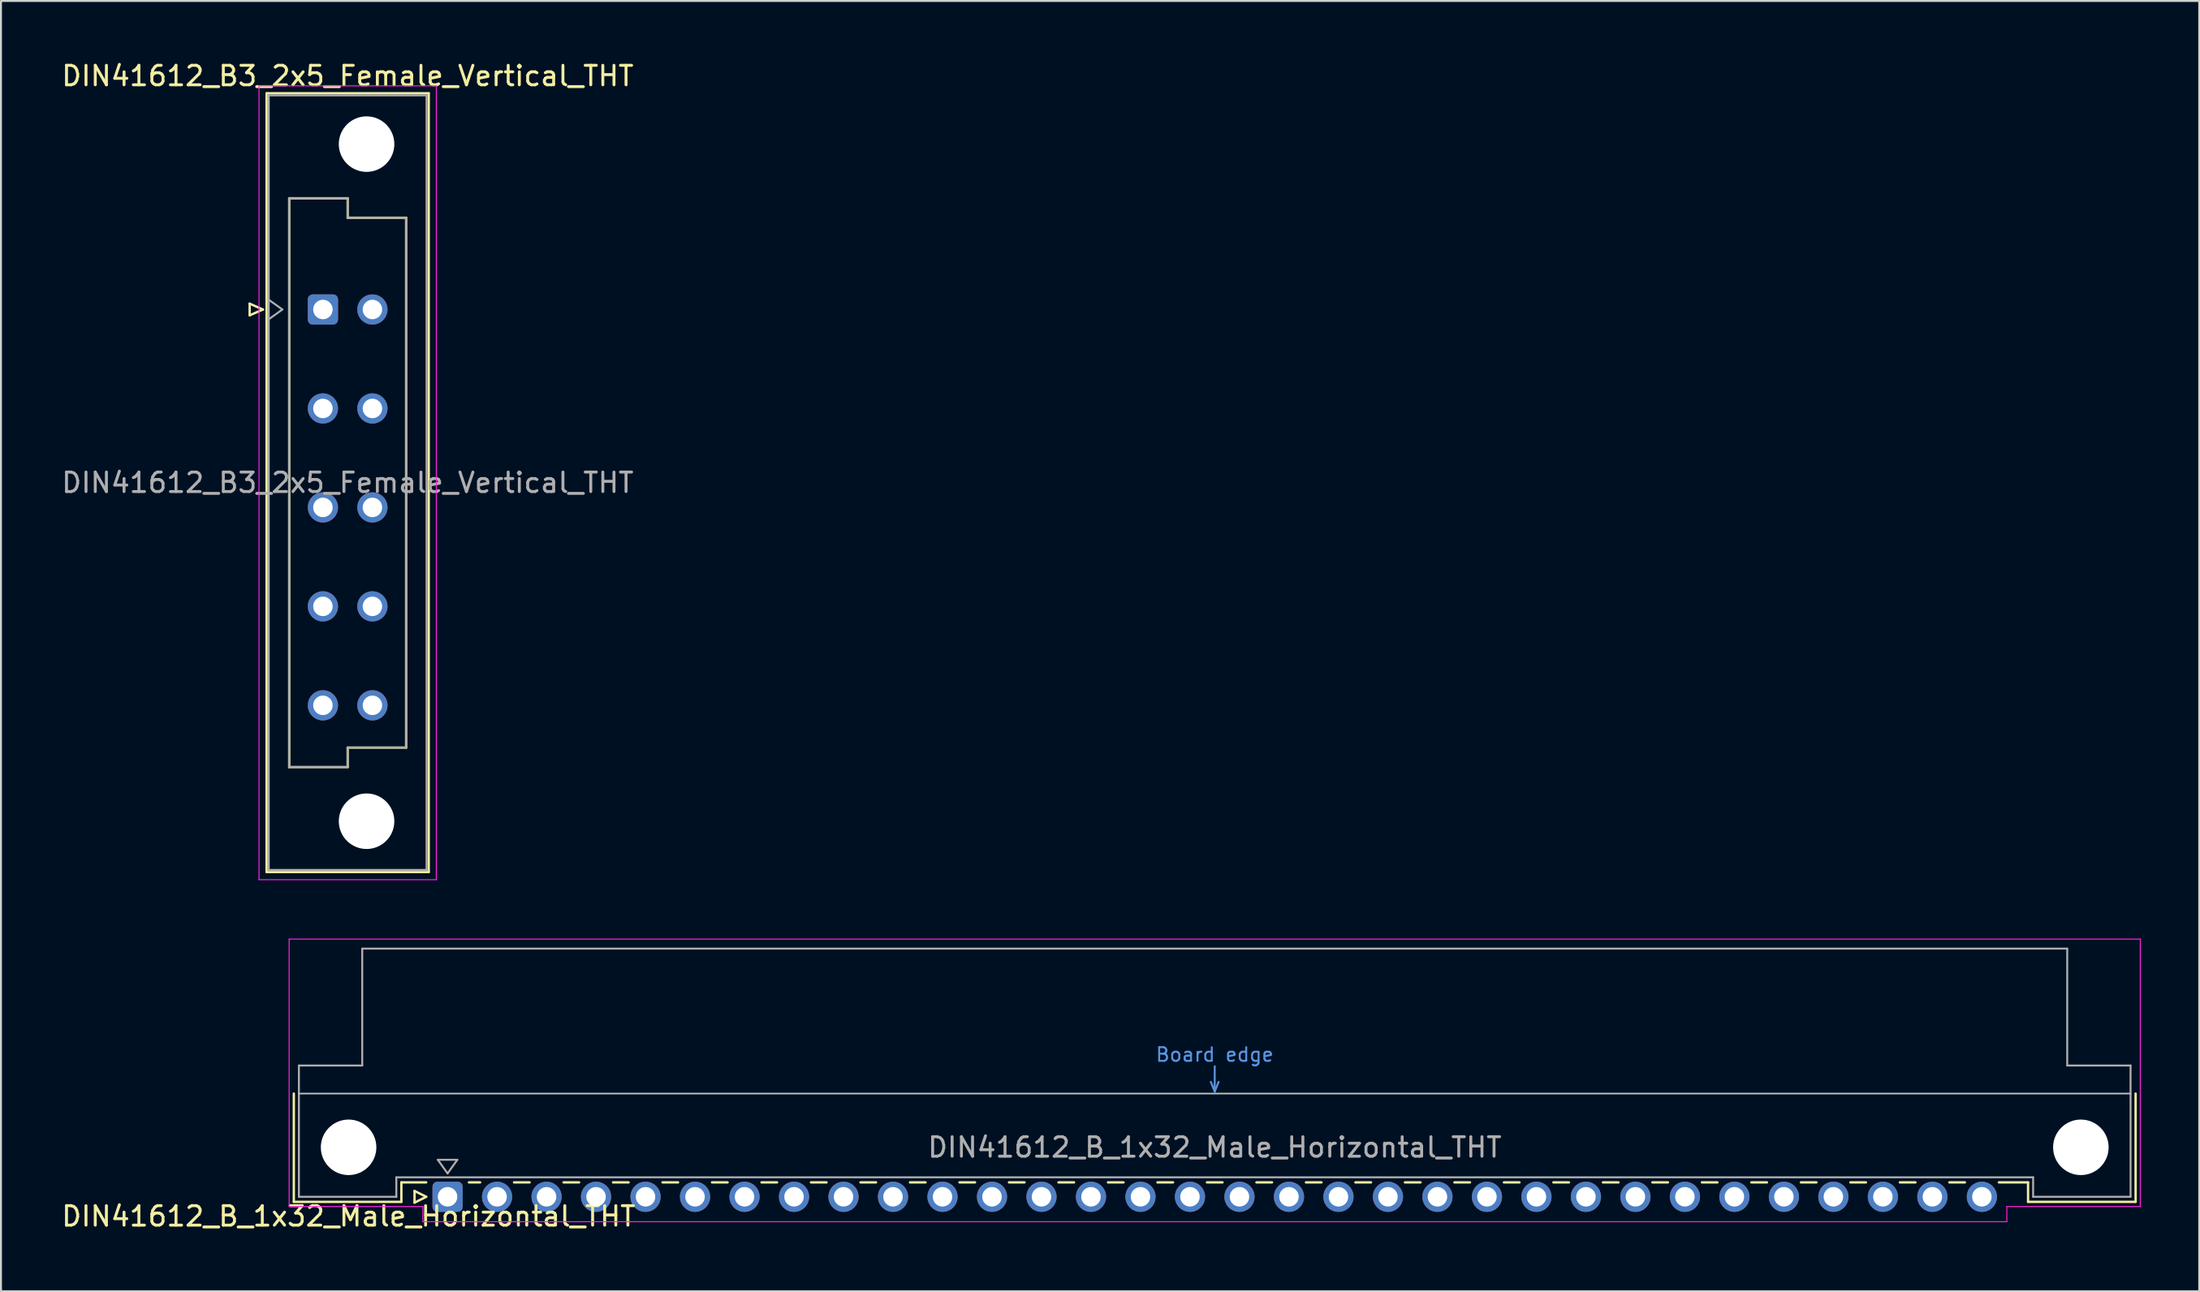
<source format=kicad_pcb>
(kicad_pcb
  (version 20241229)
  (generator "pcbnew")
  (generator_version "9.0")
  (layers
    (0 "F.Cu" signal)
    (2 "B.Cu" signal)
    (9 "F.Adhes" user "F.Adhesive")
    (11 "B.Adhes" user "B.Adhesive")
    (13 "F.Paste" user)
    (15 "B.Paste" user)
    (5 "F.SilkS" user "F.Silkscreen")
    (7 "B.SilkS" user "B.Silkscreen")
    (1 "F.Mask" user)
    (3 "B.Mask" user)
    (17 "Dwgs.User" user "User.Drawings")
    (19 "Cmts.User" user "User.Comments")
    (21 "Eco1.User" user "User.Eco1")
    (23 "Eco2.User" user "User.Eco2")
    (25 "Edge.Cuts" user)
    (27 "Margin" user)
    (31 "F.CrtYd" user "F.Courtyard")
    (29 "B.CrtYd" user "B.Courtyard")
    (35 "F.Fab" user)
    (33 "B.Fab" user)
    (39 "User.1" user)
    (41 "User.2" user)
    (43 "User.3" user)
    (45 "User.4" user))
  (footprint "DIN41612_B_1x32_Male_Horizontal_THT"
    (layer "F.Cu")
    (at 19.919 58.388)
    (property "Reference" "DIN41612_B_1x32_Male_Horizontal_THT" (at -5.08 1 0) (layer "F.SilkS") (effects (font (size 1 1) (thickness 0.15))))
    (attr through_hole)
    (fp_line (start -7.89 -5.3) (end -7.89 0.26) (stroke (width 0.12) (type solid)) (layer "F.SilkS"))
    (fp_line (start -7.89 0.26) (end -2.37 0.26) (stroke (width 0.12) (type solid)) (layer "F.SilkS"))
    (fp_line (start -2.371 -0.74) (end -1.095 -0.74) (stroke (width 0.12) (type solid)) (layer "F.SilkS"))
    (fp_line (start -2.37 0.26) (end -2.37 -0.74) (stroke (width 0.12) (type solid)) (layer "F.SilkS"))
    (fp_line (start -1.695 -0.3) (end -1.695 0.3) (stroke (width 0.12) (type solid)) (layer "F.SilkS"))
    (fp_line (start -1.695 0.3) (end -1.095 0) (stroke (width 0.12) (type solid)) (layer "F.SilkS"))
    (fp_line (start -1.095 0) (end -1.695 -0.3) (stroke (width 0.12) (type solid)) (layer "F.SilkS"))
    (fp_line (start 1.095 -0.74) (end 1.671 -0.74) (stroke (width 0.12) (type solid)) (layer "F.SilkS"))
    (fp_line (start 3.41 -0.74) (end 4.211 -0.74) (stroke (width 0.12) (type solid)) (layer "F.SilkS"))
    (fp_line (start 5.95 -0.74) (end 6.751 -0.74) (stroke (width 0.12) (type solid)) (layer "F.SilkS"))
    (fp_line (start 8.49 -0.74) (end 9.291 -0.74) (stroke (width 0.12) (type solid)) (layer "F.SilkS"))
    (fp_line (start 11.03 -0.74) (end 11.831 -0.74) (stroke (width 0.12) (type solid)) (layer "F.SilkS"))
    (fp_line (start 13.57 -0.74) (end 14.371 -0.74) (stroke (width 0.12) (type solid)) (layer "F.SilkS"))
    (fp_line (start 16.11 -0.74) (end 16.911 -0.74) (stroke (width 0.12) (type solid)) (layer "F.SilkS"))
    (fp_line (start 18.65 -0.74) (end 19.451 -0.74) (stroke (width 0.12) (type solid)) (layer "F.SilkS"))
    (fp_line (start 21.19 -0.74) (end 21.991 -0.74) (stroke (width 0.12) (type solid)) (layer "F.SilkS"))
    (fp_line (start 23.73 -0.74) (end 24.531 -0.74) (stroke (width 0.12) (type solid)) (layer "F.SilkS"))
    (fp_line (start 26.27 -0.74) (end 27.071 -0.74) (stroke (width 0.12) (type solid)) (layer "F.SilkS"))
    (fp_line (start 28.81 -0.74) (end 29.611 -0.74) (stroke (width 0.12) (type solid)) (layer "F.SilkS"))
    (fp_line (start 31.35 -0.74) (end 32.151 -0.74) (stroke (width 0.12) (type solid)) (layer "F.SilkS"))
    (fp_line (start 33.89 -0.74) (end 34.691 -0.74) (stroke (width 0.12) (type solid)) (layer "F.SilkS"))
    (fp_line (start 36.43 -0.74) (end 37.231 -0.74) (stroke (width 0.12) (type solid)) (layer "F.SilkS"))
    (fp_line (start 38.97 -0.74) (end 39.771 -0.74) (stroke (width 0.12) (type solid)) (layer "F.SilkS"))
    (fp_line (start 41.51 -0.74) (end 42.311 -0.74) (stroke (width 0.12) (type solid)) (layer "F.SilkS"))
    (fp_line (start 44.05 -0.74) (end 44.851 -0.74) (stroke (width 0.12) (type solid)) (layer "F.SilkS"))
    (fp_line (start 46.59 -0.74) (end 47.391 -0.74) (stroke (width 0.12) (type solid)) (layer "F.SilkS"))
    (fp_line (start 49.13 -0.74) (end 49.931 -0.74) (stroke (width 0.12) (type solid)) (layer "F.SilkS"))
    (fp_line (start 51.67 -0.74) (end 52.471 -0.74) (stroke (width 0.12) (type solid)) (layer "F.SilkS"))
    (fp_line (start 54.21 -0.74) (end 55.011 -0.74) (stroke (width 0.12) (type solid)) (layer "F.SilkS"))
    (fp_line (start 56.75 -0.74) (end 57.551 -0.74) (stroke (width 0.12) (type solid)) (layer "F.SilkS"))
    (fp_line (start 59.29 -0.74) (end 60.091 -0.74) (stroke (width 0.12) (type solid)) (layer "F.SilkS"))
    (fp_line (start 61.83 -0.74) (end 62.631 -0.74) (stroke (width 0.12) (type solid)) (layer "F.SilkS"))
    (fp_line (start 64.37 -0.74) (end 65.171 -0.74) (stroke (width 0.12) (type solid)) (layer "F.SilkS"))
    (fp_line (start 66.91 -0.74) (end 67.711 -0.74) (stroke (width 0.12) (type solid)) (layer "F.SilkS"))
    (fp_line (start 69.45 -0.74) (end 70.251 -0.74) (stroke (width 0.12) (type solid)) (layer "F.SilkS"))
    (fp_line (start 71.99 -0.74) (end 72.791 -0.74) (stroke (width 0.12) (type solid)) (layer "F.SilkS"))
    (fp_line (start 74.53 -0.74) (end 75.331 -0.74) (stroke (width 0.12) (type solid)) (layer "F.SilkS"))
    (fp_line (start 77.07 -0.74) (end 77.871 -0.74) (stroke (width 0.12) (type solid)) (layer "F.SilkS"))
    (fp_line (start 79.61 -0.74) (end 81.11 -0.74) (stroke (width 0.12) (type solid)) (layer "F.SilkS"))
    (fp_line (start 81.11 0.26) (end 81.11 -0.74) (stroke (width 0.12) (type solid)) (layer "F.SilkS"))
    (fp_line (start 86.63 -5.3) (end 86.63 0.26) (stroke (width 0.12) (type solid)) (layer "F.SilkS"))
    (fp_line (start 86.63 0.26) (end 81.11 0.26) (stroke (width 0.12) (type solid)) (layer "F.SilkS"))
    (fp_line (start -7.63 -5.3) (end 86.37 -5.3) (stroke (width 0.08) (type solid)) (layer "Dwgs.User"))
    (fp_line (start 39.17 -5.9) (end 39.37 -5.4) (stroke (width 0.1) (type solid)) (layer "Cmts.User"))
    (fp_line (start 39.37 -5.4) (end 39.37 -6.7) (stroke (width 0.1) (type solid)) (layer "Cmts.User"))
    (fp_line (start 39.37 -5.4) (end 39.57 -5.9) (stroke (width 0.1) (type solid)) (layer "Cmts.User"))
    (fp_line (start -8.13 -13.23) (end -8.13 0.5) (stroke (width 0.05) (type solid)) (layer "F.CrtYd"))
    (fp_line (start -8.13 0.5) (end -1.27 0.5) (stroke (width 0.05) (type solid)) (layer "F.CrtYd"))
    (fp_line (start -1.27 0.5) (end -1.27 1.28) (stroke (width 0.05) (type solid)) (layer "F.CrtYd"))
    (fp_line (start -1.27 1.28) (end 80.02 1.28) (stroke (width 0.05) (type solid)) (layer "F.CrtYd"))
    (fp_line (start 80.02 0.5) (end 86.87 0.5) (stroke (width 0.05) (type solid)) (layer "F.CrtYd"))
    (fp_line (start 80.02 1.28) (end 80.02 0.5) (stroke (width 0.05) (type solid)) (layer "F.CrtYd"))
    (fp_line (start 86.87 -13.23) (end -8.13 -13.23) (stroke (width 0.05) (type solid)) (layer "F.CrtYd"))
    (fp_line (start 86.87 0.5) (end 86.87 -13.23) (stroke (width 0.05) (type solid)) (layer "F.CrtYd"))
    (fp_line (start -7.63 -6.74) (end -7.63 0) (stroke (width 0.1) (type solid)) (layer "F.Fab"))
    (fp_line (start -7.63 0) (end -2.63 0) (stroke (width 0.1) (type solid)) (layer "F.Fab"))
    (fp_line (start -4.38 -12.74) (end -4.38 -6.74) (stroke (width 0.1) (type solid)) (layer "F.Fab"))
    (fp_line (start -4.38 -6.74) (end -7.63 -6.74) (stroke (width 0.1) (type solid)) (layer "F.Fab"))
    (fp_line (start -2.63 -1) (end 81.37 -1) (stroke (width 0.1) (type solid)) (layer "F.Fab"))
    (fp_line (start -2.63 0) (end -2.63 -1) (stroke (width 0.1) (type solid)) (layer "F.Fab"))
    (fp_line (start -0.5 -1.9) (end 0.5 -1.9) (stroke (width 0.1) (type solid)) (layer "F.Fab"))
    (fp_line (start 0 -1.2) (end -0.5 -1.9) (stroke (width 0.1) (type solid)) (layer "F.Fab"))
    (fp_line (start 0.5 -1.9) (end 0 -1.2) (stroke (width 0.1) (type solid)) (layer "F.Fab"))
    (fp_line (start 81.37 -1) (end 81.37 0) (stroke (width 0.1) (type solid)) (layer "F.Fab"))
    (fp_line (start 81.37 0) (end 86.37 0) (stroke (width 0.1) (type solid)) (layer "F.Fab"))
    (fp_line (start 83.12 -12.74) (end -4.38 -12.74) (stroke (width 0.1) (type solid)) (layer "F.Fab"))
    (fp_line (start 83.12 -6.74) (end 83.12 -12.74) (stroke (width 0.1) (type solid)) (layer "F.Fab"))
    (fp_line (start 86.37 -6.74) (end 83.12 -6.74) (stroke (width 0.1) (type solid)) (layer "F.Fab"))
    (fp_line (start 86.37 0) (end 86.37 -6.74) (stroke (width 0.1) (type solid)) (layer "F.Fab"))
    (fp_text user "Board edge" (at 39.37 -7.3 0) (layer "Cmts.User") (effects (font (size 0.7 0.7) (thickness 0.1))))
    (fp_text user "${REFERENCE}" (at 39.37 -2.54 0) (layer "F.Fab") (effects (font (size 1 1) (thickness 0.15))))
    (pad "" np_thru_hole circle (at -5.08 -2.54) (size 2.85 2.85) (drill 2.85) (layers "*.Cu" "*.Mask"))
    (pad "" np_thru_hole circle (at 83.82 -2.54) (size 2.85 2.85) (drill 2.85) (layers "*.Cu" "*.Mask"))
    (pad "a1" thru_hole roundrect (at 0 0) (size 1.55 1.55) (drill 1) (layers "*.Cu" "*.Mask") (roundrect_rratio 0.161))
    (pad "a2" thru_hole circle (at 2.54 0) (size 1.55 1.55) (drill 1) (layers "*.Cu" "*.Mask"))
    (pad "a3" thru_hole circle (at 5.08 0) (size 1.55 1.55) (drill 1) (layers "*.Cu" "*.Mask"))
    (pad "a4" thru_hole circle (at 7.62 0) (size 1.55 1.55) (drill 1) (layers "*.Cu" "*.Mask"))
    (pad "a5" thru_hole circle (at 10.16 0) (size 1.55 1.55) (drill 1) (layers "*.Cu" "*.Mask"))
    (pad "a6" thru_hole circle (at 12.7 0) (size 1.55 1.55) (drill 1) (layers "*.Cu" "*.Mask"))
    (pad "a7" thru_hole circle (at 15.24 0) (size 1.55 1.55) (drill 1) (layers "*.Cu" "*.Mask"))
    (pad "a8" thru_hole circle (at 17.78 0) (size 1.55 1.55) (drill 1) (layers "*.Cu" "*.Mask"))
    (pad "a9" thru_hole circle (at 20.32 0) (size 1.55 1.55) (drill 1) (layers "*.Cu" "*.Mask"))
    (pad "a10" thru_hole circle (at 22.86 0) (size 1.55 1.55) (drill 1) (layers "*.Cu" "*.Mask"))
    (pad "a11" thru_hole circle (at 25.4 0) (size 1.55 1.55) (drill 1) (layers "*.Cu" "*.Mask"))
    (pad "a12" thru_hole circle (at 27.94 0) (size 1.55 1.55) (drill 1) (layers "*.Cu" "*.Mask"))
    (pad "a13" thru_hole circle (at 30.48 0) (size 1.55 1.55) (drill 1) (layers "*.Cu" "*.Mask"))
    (pad "a14" thru_hole circle (at 33.02 0) (size 1.55 1.55) (drill 1) (layers "*.Cu" "*.Mask"))
    (pad "a15" thru_hole circle (at 35.56 0) (size 1.55 1.55) (drill 1) (layers "*.Cu" "*.Mask"))
    (pad "a16" thru_hole circle (at 38.1 0) (size 1.55 1.55) (drill 1) (layers "*.Cu" "*.Mask"))
    (pad "a17" thru_hole circle (at 40.64 0) (size 1.55 1.55) (drill 1) (layers "*.Cu" "*.Mask"))
    (pad "a18" thru_hole circle (at 43.18 0) (size 1.55 1.55) (drill 1) (layers "*.Cu" "*.Mask"))
    (pad "a19" thru_hole circle (at 45.72 0) (size 1.55 1.55) (drill 1) (layers "*.Cu" "*.Mask"))
    (pad "a20" thru_hole circle (at 48.26 0) (size 1.55 1.55) (drill 1) (layers "*.Cu" "*.Mask"))
    (pad "a21" thru_hole circle (at 50.8 0) (size 1.55 1.55) (drill 1) (layers "*.Cu" "*.Mask"))
    (pad "a22" thru_hole circle (at 53.34 0) (size 1.55 1.55) (drill 1) (layers "*.Cu" "*.Mask"))
    (pad "a23" thru_hole circle (at 55.88 0) (size 1.55 1.55) (drill 1) (layers "*.Cu" "*.Mask"))
    (pad "a24" thru_hole circle (at 58.42 0) (size 1.55 1.55) (drill 1) (layers "*.Cu" "*.Mask"))
    (pad "a25" thru_hole circle (at 60.96 0) (size 1.55 1.55) (drill 1) (layers "*.Cu" "*.Mask"))
    (pad "a26" thru_hole circle (at 63.5 0) (size 1.55 1.55) (drill 1) (layers "*.Cu" "*.Mask"))
    (pad "a27" thru_hole circle (at 66.04 0) (size 1.55 1.55) (drill 1) (layers "*.Cu" "*.Mask"))
    (pad "a28" thru_hole circle (at 68.58 0) (size 1.55 1.55) (drill 1) (layers "*.Cu" "*.Mask"))
    (pad "a29" thru_hole circle (at 71.12 0) (size 1.55 1.55) (drill 1) (layers "*.Cu" "*.Mask"))
    (pad "a30" thru_hole circle (at 73.66 0) (size 1.55 1.55) (drill 1) (layers "*.Cu" "*.Mask"))
    (pad "a31" thru_hole circle (at 76.2 0) (size 1.55 1.55) (drill 1) (layers "*.Cu" "*.Mask"))
    (pad "a32" thru_hole circle (at 78.74 0) (size 1.55 1.55) (drill 1) (layers "*.Cu" "*.Mask")))
  (footprint "DIN41612_B3_2x5_Female_Vertical_THT"
    (layer "F.Cu")
    (at 13.522 10.298)
    (property "Reference" "DIN41612_B3_2x5_Female_Vertical_THT" (at 1.27 -9.45 0) (layer "F.SilkS") (effects (font (size 1 1) (thickness 0.15))))
    (attr through_hole)
    (fp_line (start -3.76 2.24) (end -3.76 2.84) (stroke (width 0.12) (type solid)) (layer "F.SilkS"))
    (fp_line (start -3.76 2.84) (end -3.08 2.54) (stroke (width 0.12) (type solid)) (layer "F.SilkS"))
    (fp_line (start -3.08 2.54) (end -3.76 2.24) (stroke (width 0.12) (type solid)) (layer "F.SilkS"))
    (fp_line (start -2.89 -8.56) (end 5.43 -8.56) (stroke (width 0.12) (type solid)) (layer "F.SilkS"))
    (fp_line (start -2.89 31.42) (end -2.89 -8.56) (stroke (width 0.12) (type solid)) (layer "F.SilkS"))
    (fp_line (start -1.73 -3.17) (end 1.27 -3.17) (stroke (width 0.12) (type solid)) (layer "F.SilkS"))
    (fp_line (start -1.73 26.03) (end -1.73 -3.17) (stroke (width 0.12) (type solid)) (layer "F.SilkS"))
    (fp_line (start 1.27 -3.17) (end 1.27 -2.17) (stroke (width 0.12) (type solid)) (layer "F.SilkS"))
    (fp_line (start 1.27 -2.17) (end 4.27 -2.17) (stroke (width 0.12) (type solid)) (layer "F.SilkS"))
    (fp_line (start 1.27 25.03) (end 1.27 26.03) (stroke (width 0.12) (type solid)) (layer "F.SilkS"))
    (fp_line (start 1.27 26.03) (end -1.73 26.03) (stroke (width 0.12) (type solid)) (layer "F.SilkS"))
    (fp_line (start 4.27 -2.17) (end 4.27 25.03) (stroke (width 0.12) (type solid)) (layer "F.SilkS"))
    (fp_line (start 4.27 25.03) (end 1.27 25.03) (stroke (width 0.12) (type solid)) (layer "F.SilkS"))
    (fp_line (start 5.43 -8.56) (end 5.43 31.42) (stroke (width 0.12) (type solid)) (layer "F.SilkS"))
    (fp_line (start 5.43 31.42) (end -2.89 31.42) (stroke (width 0.12) (type solid)) (layer "F.SilkS"))
    (fp_line (start -3.28 -8.94) (end 5.82 -8.94) (stroke (width 0.05) (type solid)) (layer "F.CrtYd"))
    (fp_line (start -3.28 31.81) (end -3.28 -8.94) (stroke (width 0.05) (type solid)) (layer "F.CrtYd"))
    (fp_line (start 5.82 -8.94) (end 5.82 31.81) (stroke (width 0.05) (type solid)) (layer "F.CrtYd"))
    (fp_line (start 5.82 31.81) (end -3.28 31.81) (stroke (width 0.05) (type solid)) (layer "F.CrtYd"))
    (fp_line (start -2.78 -8.45) (end 5.32 -8.45) (stroke (width 0.1) (type solid)) (layer "F.Fab"))
    (fp_line (start -2.78 2.04) (end -2.08 2.54) (stroke (width 0.1) (type solid)) (layer "F.Fab"))
    (fp_line (start -2.78 31.31) (end -2.78 -8.45) (stroke (width 0.1) (type solid)) (layer "F.Fab"))
    (fp_line (start -2.08 2.54) (end -2.78 3.04) (stroke (width 0.1) (type solid)) (layer "F.Fab"))
    (fp_line (start -1.73 -3.17) (end 1.27 -3.17) (stroke (width 0.1) (type solid)) (layer "F.Fab"))
    (fp_line (start -1.73 26.03) (end -1.73 -3.17) (stroke (width 0.1) (type solid)) (layer "F.Fab"))
    (fp_line (start 1.27 -3.17) (end 1.27 -2.17) (stroke (width 0.1) (type solid)) (layer "F.Fab"))
    (fp_line (start 1.27 -2.17) (end 4.27 -2.17) (stroke (width 0.1) (type solid)) (layer "F.Fab"))
    (fp_line (start 1.27 25.03) (end 1.27 26.03) (stroke (width 0.1) (type solid)) (layer "F.Fab"))
    (fp_line (start 1.27 26.03) (end -1.73 26.03) (stroke (width 0.1) (type solid)) (layer "F.Fab"))
    (fp_line (start 4.27 -2.17) (end 4.27 25.03) (stroke (width 0.1) (type solid)) (layer "F.Fab"))
    (fp_line (start 4.27 25.03) (end 1.27 25.03) (stroke (width 0.1) (type solid)) (layer "F.Fab"))
    (fp_line (start 5.32 -8.45) (end 5.32 31.31) (stroke (width 0.1) (type solid)) (layer "F.Fab"))
    (fp_line (start 5.32 31.31) (end -2.78 31.31) (stroke (width 0.1) (type solid)) (layer "F.Fab"))
    (fp_text user "${REFERENCE}" (at 1.27 11.43 0) (layer "F.Fab") (effects (font (size 1 1) (thickness 0.15))))
    (pad "" np_thru_hole circle (at 2.24 -5.95) (size 2.85 2.85) (drill 2.85) (layers "*.Cu" "*.Mask"))
    (pad "" np_thru_hole circle (at 2.24 28.81) (size 2.85 2.85) (drill 2.85) (layers "*.Cu" "*.Mask"))
    (pad "a2" thru_hole roundrect (at 0 2.54) (size 1.55 1.55) (drill 1) (layers "*.Cu" "*.Mask") (roundrect_rratio 0.161))
    (pad "a4" thru_hole circle (at 0 7.62) (size 1.55 1.55) (drill 1) (layers "*.Cu" "*.Mask"))
    (pad "a6" thru_hole circle (at 0 12.7) (size 1.55 1.55) (drill 1) (layers "*.Cu" "*.Mask"))
    (pad "a8" thru_hole circle (at 0 17.78) (size 1.55 1.55) (drill 1) (layers "*.Cu" "*.Mask"))
    (pad "a10" thru_hole circle (at 0 22.86) (size 1.55 1.55) (drill 1) (layers "*.Cu" "*.Mask"))
    (pad "b2" thru_hole circle (at 2.54 2.54) (size 1.55 1.55) (drill 1) (layers "*.Cu" "*.Mask"))
    (pad "b4" thru_hole circle (at 2.54 7.62) (size 1.55 1.55) (drill 1) (layers "*.Cu" "*.Mask"))
    (pad "b6" thru_hole circle (at 2.54 12.7) (size 1.55 1.55) (drill 1) (layers "*.Cu" "*.Mask"))
    (pad "b8" thru_hole circle (at 2.54 17.78) (size 1.55 1.55) (drill 1) (layers "*.Cu" "*.Mask"))
    (pad "b10" thru_hole circle (at 2.54 22.86) (size 1.55 1.55) (drill 1) (layers "*.Cu" "*.Mask")))
  (gr_rect
    (start -3 -3)
    (end 109.814 63.236)
    (stroke (width 0.1) (type default))
    (fill no)
    (layer "Edge.Cuts")))
</source>
